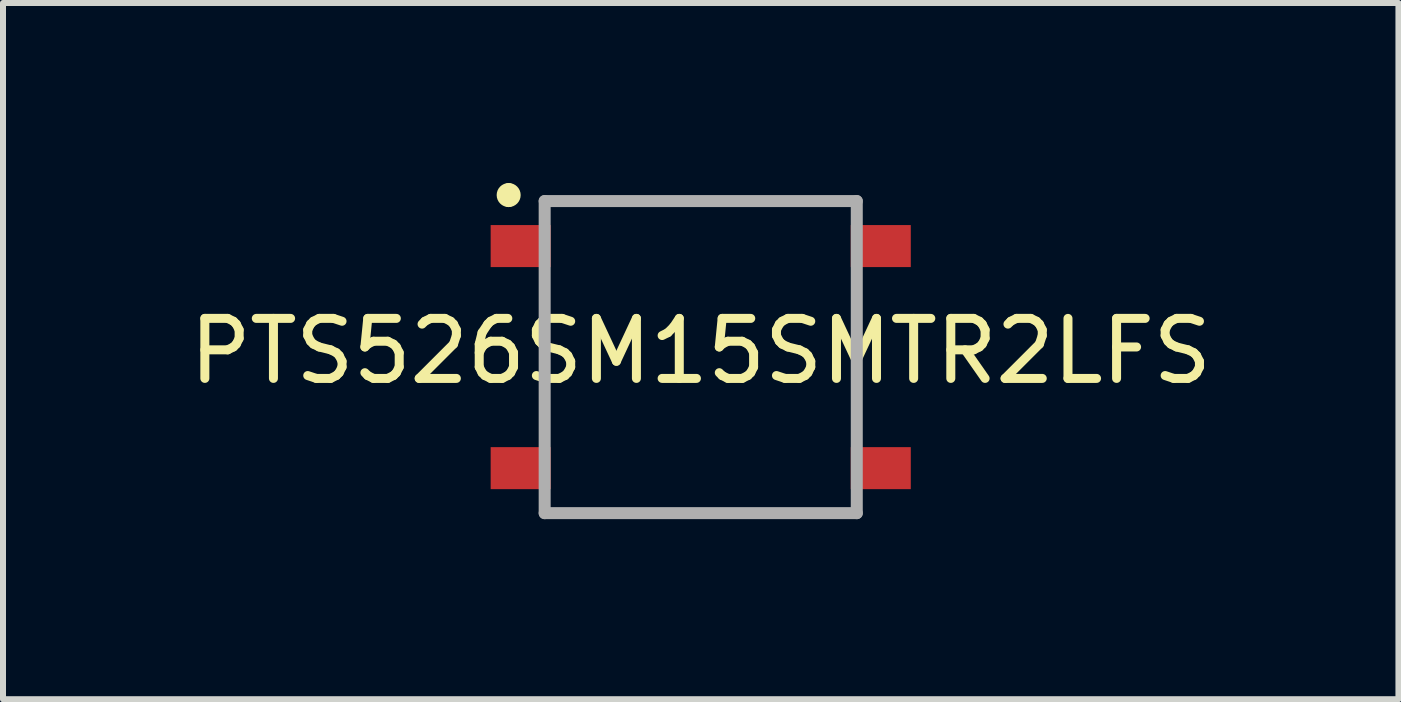
<source format=kicad_pcb>
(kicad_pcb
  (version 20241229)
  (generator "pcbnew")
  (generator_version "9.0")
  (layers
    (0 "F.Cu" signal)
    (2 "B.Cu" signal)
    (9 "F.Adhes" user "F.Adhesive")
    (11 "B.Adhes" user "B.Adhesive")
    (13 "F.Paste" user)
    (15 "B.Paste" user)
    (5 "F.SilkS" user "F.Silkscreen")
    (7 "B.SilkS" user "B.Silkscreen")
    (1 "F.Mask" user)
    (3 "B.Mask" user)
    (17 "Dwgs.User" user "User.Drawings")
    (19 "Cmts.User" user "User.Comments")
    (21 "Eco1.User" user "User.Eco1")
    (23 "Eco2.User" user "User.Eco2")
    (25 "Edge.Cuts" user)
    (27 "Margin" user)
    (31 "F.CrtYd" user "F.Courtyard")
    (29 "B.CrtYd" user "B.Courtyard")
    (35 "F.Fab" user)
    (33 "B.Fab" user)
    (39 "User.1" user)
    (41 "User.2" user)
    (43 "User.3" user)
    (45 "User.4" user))
  (footprint "PTS526SM15SMTR2LFS"
    (layer "F.Cu")
    (at 8.625 2.9)
    (property "Reference" "PTS526SM15SMTR2LFS" (at 0 -0.1 0) (layer "F.SilkS") (effects (font (size 1 1) (thickness 0.15))))
    (attr smd)
    (fp_line (start -2.6 -0.5) (end -2.6 0.5) (stroke (width 0.1) (type solid)) (layer "F.SilkS"))
    (fp_line (start -1.5 -2.6) (end 1.5 -2.6) (stroke (width 0.1) (type solid)) (layer "F.SilkS"))
    (fp_line (start -1.5 2.6) (end 1.5 2.6) (stroke (width 0.1) (type solid)) (layer "F.SilkS"))
    (fp_line (start 2.6 -0.5) (end 2.6 0.5) (stroke (width 0.1) (type solid)) (layer "F.SilkS"))
    (fp_arc (start -3.2 -2.8) (mid -3.1 -2.7) (end -3.2 -2.6) (stroke (width 0.2) (type solid)) (layer "F.SilkS"))
    (fp_arc (start -3.2 -2.6) (mid -3.3 -2.7) (end -3.2 -2.8) (stroke (width 0.2) (type solid)) (layer "F.SilkS"))
    (fp_line (start -2.6 -2.6) (end 2.6 -2.6) (stroke (width 0.2) (type solid)) (layer "F.Fab"))
    (fp_line (start -2.6 2.6) (end -2.6 -2.6) (stroke (width 0.2) (type solid)) (layer "F.Fab"))
    (fp_line (start 2.6 -2.6) (end 2.6 2.6) (stroke (width 0.2) (type solid)) (layer "F.Fab"))
    (fp_line (start 2.6 2.6) (end -2.6 2.6) (stroke (width 0.2) (type solid)) (layer "F.Fab"))
    (pad "1" smd rect (at -3 -1.85) (size 1 0.7) (layers "F.Cu" "F.Mask" "F.Paste"))
    (pad "2" smd rect (at 3 -1.85) (size 1 0.7) (layers "F.Cu" "F.Mask" "F.Paste"))
    (pad "3" smd rect (at -3 1.85) (size 1 0.7) (layers "F.Cu" "F.Mask" "F.Paste"))
    (pad "4" smd rect (at 3 1.85) (size 1 0.7) (layers "F.Cu" "F.Mask" "F.Paste")))
  (gr_rect
    (start -3 -3)
    (end 20.25 8.6)
    (stroke (width 0.1) (type default))
    (fill no)
    (layer "Edge.Cuts")))
</source>
